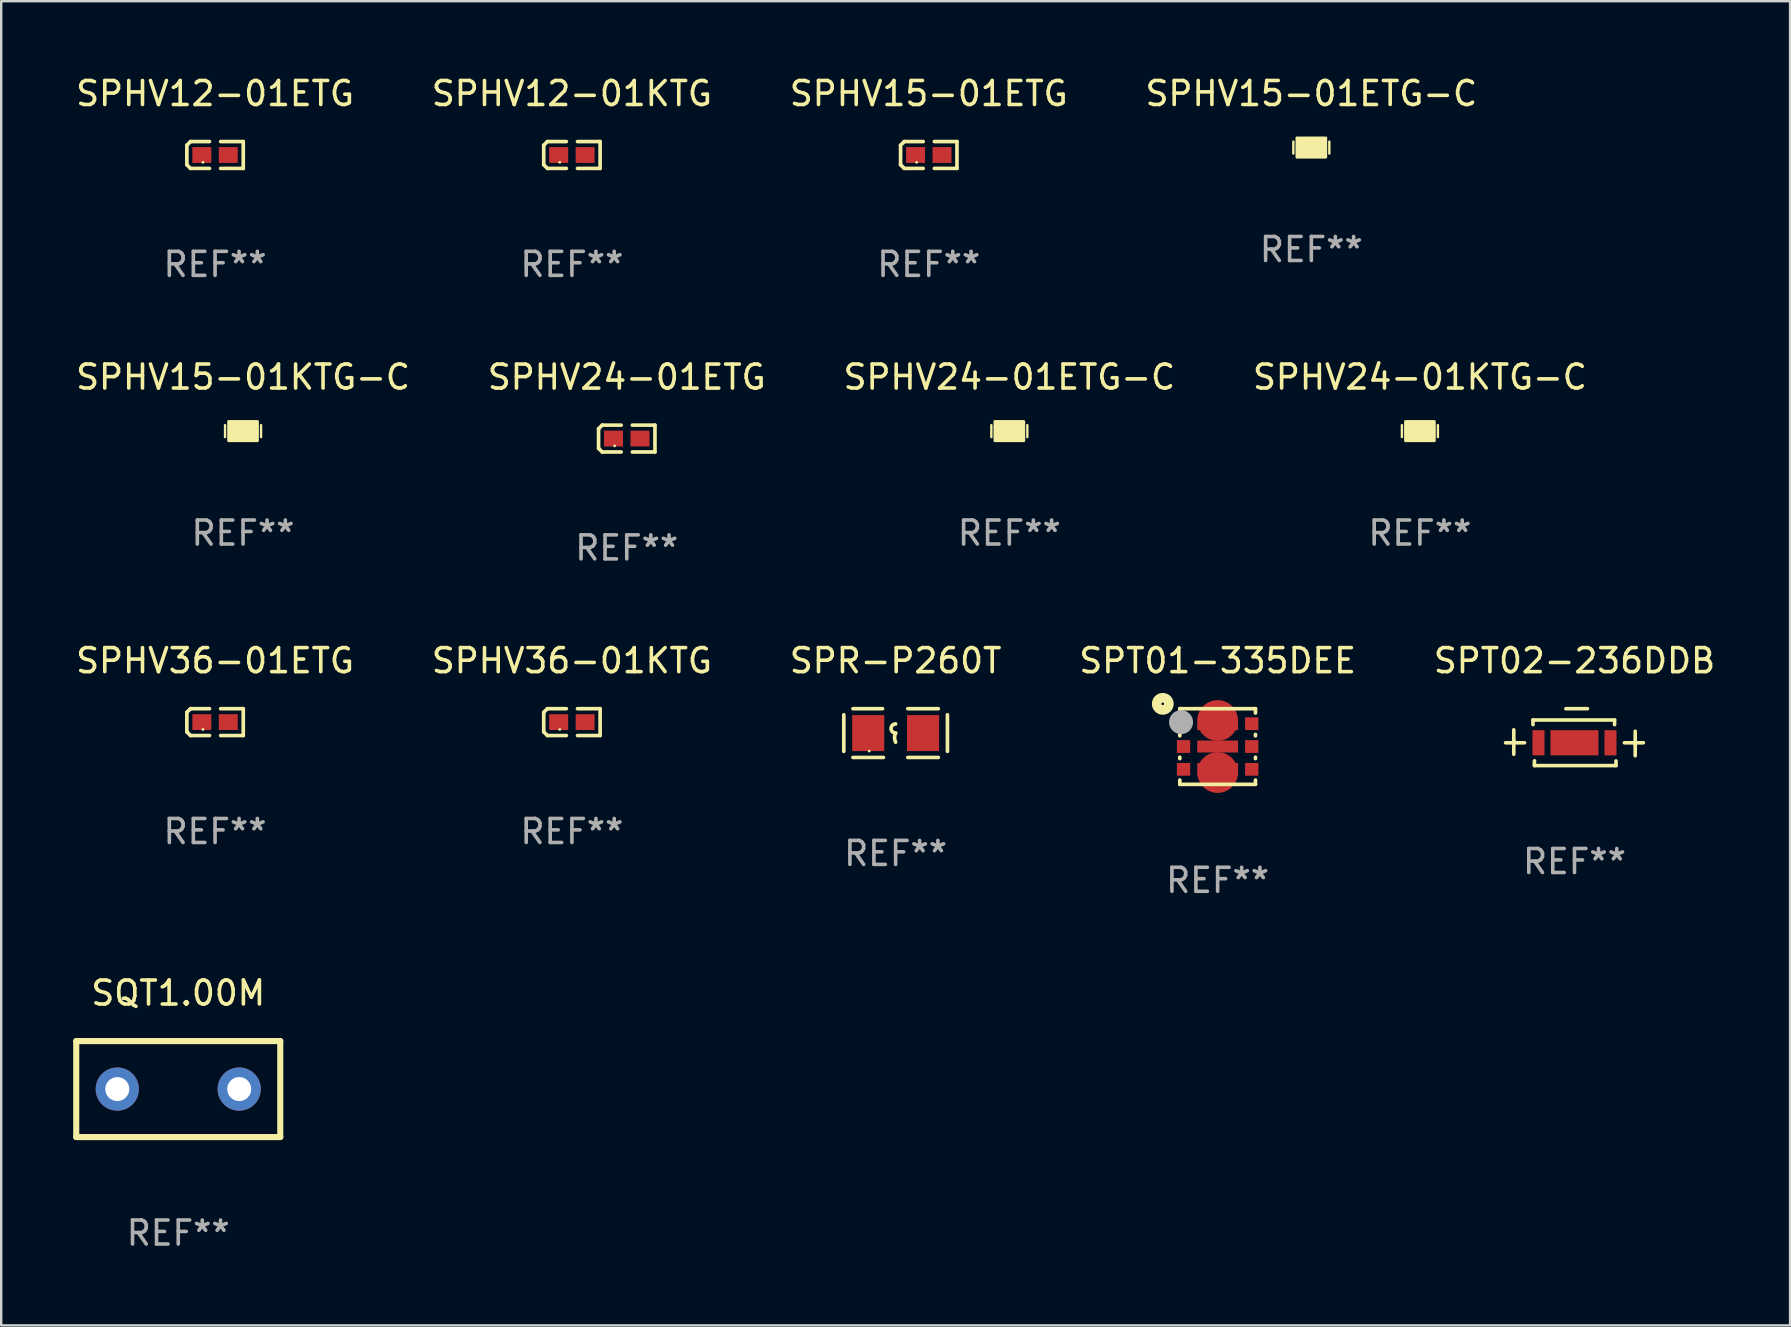
<source format=kicad_pcb>
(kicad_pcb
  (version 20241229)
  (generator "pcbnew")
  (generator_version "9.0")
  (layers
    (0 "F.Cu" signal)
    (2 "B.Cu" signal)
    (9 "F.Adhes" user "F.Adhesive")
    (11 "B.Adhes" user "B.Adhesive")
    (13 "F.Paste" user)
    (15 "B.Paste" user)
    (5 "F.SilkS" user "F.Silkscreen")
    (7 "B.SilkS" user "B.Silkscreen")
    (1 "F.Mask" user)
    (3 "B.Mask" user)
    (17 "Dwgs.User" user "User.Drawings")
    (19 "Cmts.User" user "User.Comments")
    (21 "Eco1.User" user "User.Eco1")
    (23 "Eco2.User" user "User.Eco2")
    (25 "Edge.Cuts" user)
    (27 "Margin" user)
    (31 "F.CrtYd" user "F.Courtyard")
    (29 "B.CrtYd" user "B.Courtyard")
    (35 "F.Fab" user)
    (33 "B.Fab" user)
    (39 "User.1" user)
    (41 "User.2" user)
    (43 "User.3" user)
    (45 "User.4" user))
  (footprint "SPHV12-01KTG"
    (layer "F.Cu")
    (at 20.78 3.408)
    (property "Reference" "SPHV12-01KTG" (at 0 -2.559 0) (layer "F.SilkS") (effects (font (size 1 1) (thickness 0.15))))
    (attr through_hole)
    (fp_line (start -1.175 -0.407) (end -1.023 -0.559) (stroke (width 0.152) (type solid)) (layer "F.SilkS"))
    (fp_line (start -1.175 0.407) (end -1.175 -0.407) (stroke (width 0.152) (type solid)) (layer "F.SilkS"))
    (fp_line (start -1.023 -0.559) (end -0.232 -0.559) (stroke (width 0.152) (type solid)) (layer "F.SilkS"))
    (fp_line (start -1.023 0.559) (end -1.175 0.407) (stroke (width 0.152) (type solid)) (layer "F.SilkS"))
    (fp_line (start -0.232 0.559) (end -1.023 0.559) (stroke (width 0.152) (type solid)) (layer "F.SilkS"))
    (fp_line (start 0.232 0.559) (end 1.175 0.559) (stroke (width 0.152) (type solid)) (layer "F.SilkS"))
    (fp_line (start 1.175 -0.559) (end 0.232 -0.559) (stroke (width 0.152) (type solid)) (layer "F.SilkS"))
    (fp_line (start 1.175 0.559) (end 1.175 -0.559) (stroke (width 0.152) (type solid)) (layer "F.SilkS"))
    (fp_circle (center -0.506 0.306) (end -0.476 0.306) (stroke (width 0.06) (type solid)) (fill no) (layer "F.SilkS"))
    (fp_text user "REF**" (at 0 4.559 0) (layer "F.Fab") (effects (font (size 1 1) (thickness 0.15))))
    (pad "1" smd rect (at -0.551 0) (size 0.79 0.661) (layers "F.Cu" "F.Mask" "F.Paste"))
    (pad "2" smd rect (at 0.551 0) (size 0.79 0.661) (layers "F.Cu" "F.Mask" "F.Paste")))
  (footprint "SPHV24-01ETG"
    (layer "F.Cu")
    (at 23.065 15.223)
    (property "Reference" "SPHV24-01ETG" (at 0 -2.559 0) (layer "F.SilkS") (effects (font (size 1 1) (thickness 0.15))))
    (attr through_hole)
    (fp_line (start -1.175 -0.407) (end -1.023 -0.559) (stroke (width 0.152) (type solid)) (layer "F.SilkS"))
    (fp_line (start -1.175 0.407) (end -1.175 -0.407) (stroke (width 0.152) (type solid)) (layer "F.SilkS"))
    (fp_line (start -1.023 -0.559) (end -0.232 -0.559) (stroke (width 0.152) (type solid)) (layer "F.SilkS"))
    (fp_line (start -1.023 0.559) (end -1.175 0.407) (stroke (width 0.152) (type solid)) (layer "F.SilkS"))
    (fp_line (start -0.232 0.559) (end -1.023 0.559) (stroke (width 0.152) (type solid)) (layer "F.SilkS"))
    (fp_line (start 0.232 0.559) (end 1.175 0.559) (stroke (width 0.152) (type solid)) (layer "F.SilkS"))
    (fp_line (start 1.175 -0.559) (end 0.232 -0.559) (stroke (width 0.152) (type solid)) (layer "F.SilkS"))
    (fp_line (start 1.175 0.559) (end 1.175 -0.559) (stroke (width 0.152) (type solid)) (layer "F.SilkS"))
    (fp_circle (center -0.506 0.306) (end -0.476 0.306) (stroke (width 0.06) (type solid)) (fill no) (layer "F.SilkS"))
    (fp_text user "REF**" (at 0 4.559 0) (layer "F.Fab") (effects (font (size 1 1) (thickness 0.15))))
    (pad "1" smd rect (at -0.551 0) (size 0.79 0.661) (layers "F.Cu" "F.Mask" "F.Paste"))
    (pad "2" smd rect (at 0.551 0) (size 0.79 0.661) (layers "F.Cu" "F.Mask" "F.Paste")))
  (footprint "SPR-P260T"
    (layer "F.Cu")
    (at 34.268 27.495)
    (property "Reference" "SPR-P260T" (at 0 -3.016 0) (layer "F.SilkS") (effects (font (size 1 1) (thickness 0.15))))
    (attr through_hole)
    (fp_line (start -2.159 -0.762) (end -2.159 0.762) (stroke (width 0.152) (type solid)) (layer "F.SilkS"))
    (fp_line (start -1.778 -1.016) (end -0.545 -1.016) (stroke (width 0.152) (type solid)) (layer "F.SilkS"))
    (fp_line (start -0.508 1.016) (end -1.778 1.016) (stroke (width 0.152) (type solid)) (layer "F.SilkS"))
    (fp_line (start 0.508 1.016) (end 1.778 1.016) (stroke (width 0.152) (type solid)) (layer "F.SilkS"))
    (fp_line (start 1.778 -1.016) (end 0.508 -1.016) (stroke (width 0.152) (type solid)) (layer "F.SilkS"))
    (fp_line (start 2.159 -0.762) (end 2.159 0.762) (stroke (width 0.152) (type solid)) (layer "F.SilkS"))
    (fp_arc (start 0 0) (mid -0.1905 -0.1905) (end 0 -0.381) (stroke (width 0.151994) (type solid)) (layer "F.SilkS"))
    (fp_arc (start 0 0.381001) (mid -0.044971 0.1905) (end 0 0) (stroke (width 0.151994) (type solid)) (layer "F.SilkS"))
    (fp_circle (center -1.1 0.75) (end -1.07 0.75) (stroke (width 0.06) (type solid)) (fill no) (layer "F.SilkS"))
    (fp_text user "REF**" (at 0 5.016 0) (layer "F.Fab") (effects (font (size 1 1) (thickness 0.15))))
    (pad "1" smd rect (at -1.142 0) (size 1.335 1.5) (layers "F.Cu" "F.Mask" "F.Paste"))
    (pad "2" smd rect (at 1.142 0) (size 1.335 1.5) (layers "F.Cu" "F.Mask" "F.Paste")))
  (footprint "SPHV36-01KTG"
    (layer "F.Cu")
    (at 20.78 27.038)
    (property "Reference" "SPHV36-01KTG" (at 0 -2.559 0) (layer "F.SilkS") (effects (font (size 1 1) (thickness 0.15))))
    (attr through_hole)
    (fp_line (start -1.175 -0.407) (end -1.023 -0.559) (stroke (width 0.152) (type solid)) (layer "F.SilkS"))
    (fp_line (start -1.175 0.407) (end -1.175 -0.407) (stroke (width 0.152) (type solid)) (layer "F.SilkS"))
    (fp_line (start -1.023 -0.559) (end -0.232 -0.559) (stroke (width 0.152) (type solid)) (layer "F.SilkS"))
    (fp_line (start -1.023 0.559) (end -1.175 0.407) (stroke (width 0.152) (type solid)) (layer "F.SilkS"))
    (fp_line (start -0.232 0.559) (end -1.023 0.559) (stroke (width 0.152) (type solid)) (layer "F.SilkS"))
    (fp_line (start 0.232 0.559) (end 1.175 0.559) (stroke (width 0.152) (type solid)) (layer "F.SilkS"))
    (fp_line (start 1.175 -0.559) (end 0.232 -0.559) (stroke (width 0.152) (type solid)) (layer "F.SilkS"))
    (fp_line (start 1.175 0.559) (end 1.175 -0.559) (stroke (width 0.152) (type solid)) (layer "F.SilkS"))
    (fp_circle (center -0.506 0.306) (end -0.476 0.306) (stroke (width 0.06) (type solid)) (fill no) (layer "F.SilkS"))
    (fp_text user "REF**" (at 0 4.559 0) (layer "F.Fab") (effects (font (size 1 1) (thickness 0.15))))
    (pad "1" smd rect (at -0.551 0) (size 0.79 0.661) (layers "F.Cu" "F.Mask" "F.Paste"))
    (pad "2" smd rect (at 0.551 0) (size 0.79 0.661) (layers "F.Cu" "F.Mask" "F.Paste")))
  (footprint "SPHV24-01ETG-C"
    (layer "F.Cu")
    (at 39.006 14.913)
    (property "Reference" "SPHV24-01ETG-C" (at 0 -2.25 0) (layer "F.SilkS") (effects (font (size 1 1) (thickness 0.15))))
    (attr through_hole)
    (fp_line (start -0.75 0.25) (end -0.75 -0.25) (stroke (width 0.1) (type solid)) (layer "F.SilkS"))
    (fp_line (start 0.75 -0.25) (end 0.75 0.25) (stroke (width 0.1) (type solid)) (layer "F.SilkS"))
    (fp_circle (center -0.5 0.3) (end -0.47 0.3) (stroke (width 0.06) (type solid)) (fill no) (layer "F.SilkS"))
    (fp_poly (pts (xy -0.6 -0.4) (xy 0.6 -0.4) (xy 0.6 0.4) (xy -0.6 0.4)) (stroke (width 0.12) (type solid)) (fill yes) (layer "F.SilkS"))
    (fp_text user "REF**" (at 0 4.25 0) (layer "F.Fab") (effects (font (size 1 1) (thickness 0.15))))
    (pad "1" smd rect (at -0.325 -0.000013) (size 0.3 0.6) (layers "F.Cu" "F.Mask" "F.Paste"))
    (pad "2" smd rect (at 0.325 -0.000013) (size 0.3 0.6) (layers "F.Cu" "F.Mask" "F.Paste")))
  (footprint "SPHV12-01ETG"
    (layer "F.Cu")
    (at 5.911 3.408)
    (property "Reference" "SPHV12-01ETG" (at 0 -2.559 0) (layer "F.SilkS") (effects (font (size 1 1) (thickness 0.15))))
    (attr through_hole)
    (fp_line (start -1.175 -0.407) (end -1.023 -0.559) (stroke (width 0.152) (type solid)) (layer "F.SilkS"))
    (fp_line (start -1.175 0.407) (end -1.175 -0.407) (stroke (width 0.152) (type solid)) (layer "F.SilkS"))
    (fp_line (start -1.023 -0.559) (end -0.232 -0.559) (stroke (width 0.152) (type solid)) (layer "F.SilkS"))
    (fp_line (start -1.023 0.559) (end -1.175 0.407) (stroke (width 0.152) (type solid)) (layer "F.SilkS"))
    (fp_line (start -0.232 0.559) (end -1.023 0.559) (stroke (width 0.152) (type solid)) (layer "F.SilkS"))
    (fp_line (start 0.232 0.559) (end 1.175 0.559) (stroke (width 0.152) (type solid)) (layer "F.SilkS"))
    (fp_line (start 1.175 -0.559) (end 0.232 -0.559) (stroke (width 0.152) (type solid)) (layer "F.SilkS"))
    (fp_line (start 1.175 0.559) (end 1.175 -0.559) (stroke (width 0.152) (type solid)) (layer "F.SilkS"))
    (fp_circle (center -0.506 0.306) (end -0.476 0.306) (stroke (width 0.06) (type solid)) (fill no) (layer "F.SilkS"))
    (fp_text user "REF**" (at 0 4.559 0) (layer "F.Fab") (effects (font (size 1 1) (thickness 0.15))))
    (pad "1" smd rect (at -0.551 0) (size 0.79 0.661) (layers "F.Cu" "F.Mask" "F.Paste"))
    (pad "2" smd rect (at 0.551 0) (size 0.79 0.661) (layers "F.Cu" "F.Mask" "F.Paste")))
  (footprint "SPHV36-01ETG"
    (layer "F.Cu")
    (at 5.911 27.038)
    (property "Reference" "SPHV36-01ETG" (at 0 -2.559 0) (layer "F.SilkS") (effects (font (size 1 1) (thickness 0.15))))
    (attr through_hole)
    (fp_line (start -1.175 -0.407) (end -1.023 -0.559) (stroke (width 0.152) (type solid)) (layer "F.SilkS"))
    (fp_line (start -1.175 0.407) (end -1.175 -0.407) (stroke (width 0.152) (type solid)) (layer "F.SilkS"))
    (fp_line (start -1.023 -0.559) (end -0.232 -0.559) (stroke (width 0.152) (type solid)) (layer "F.SilkS"))
    (fp_line (start -1.023 0.559) (end -1.175 0.407) (stroke (width 0.152) (type solid)) (layer "F.SilkS"))
    (fp_line (start -0.232 0.559) (end -1.023 0.559) (stroke (width 0.152) (type solid)) (layer "F.SilkS"))
    (fp_line (start 0.232 0.559) (end 1.175 0.559) (stroke (width 0.152) (type solid)) (layer "F.SilkS"))
    (fp_line (start 1.175 -0.559) (end 0.232 -0.559) (stroke (width 0.152) (type solid)) (layer "F.SilkS"))
    (fp_line (start 1.175 0.559) (end 1.175 -0.559) (stroke (width 0.152) (type solid)) (layer "F.SilkS"))
    (fp_circle (center -0.506 0.306) (end -0.476 0.306) (stroke (width 0.06) (type solid)) (fill no) (layer "F.SilkS"))
    (fp_text user "REF**" (at 0 4.559 0) (layer "F.Fab") (effects (font (size 1 1) (thickness 0.15))))
    (pad "1" smd rect (at -0.551 0) (size 0.79 0.661) (layers "F.Cu" "F.Mask" "F.Paste"))
    (pad "2" smd rect (at 0.551 0) (size 0.79 0.661) (layers "F.Cu" "F.Mask" "F.Paste")))
  (footprint "SPHV15-01KTG-C"
    (layer "F.Cu")
    (at 7.077 14.913)
    (property "Reference" "SPHV15-01KTG-C" (at 0 -2.25 0) (layer "F.SilkS") (effects (font (size 1 1) (thickness 0.15))))
    (attr through_hole)
    (fp_line (start -0.75 0.25) (end -0.75 -0.25) (stroke (width 0.1) (type solid)) (layer "F.SilkS"))
    (fp_line (start 0.75 -0.25) (end 0.75 0.25) (stroke (width 0.1) (type solid)) (layer "F.SilkS"))
    (fp_circle (center -0.5 0.3) (end -0.47 0.3) (stroke (width 0.06) (type solid)) (fill no) (layer "F.SilkS"))
    (fp_poly (pts (xy -0.6 -0.4) (xy 0.6 -0.4) (xy 0.6 0.4) (xy -0.6 0.4)) (stroke (width 0.12) (type solid)) (fill yes) (layer "F.SilkS"))
    (fp_text user "REF**" (at 0 4.25 0) (layer "F.Fab") (effects (font (size 1 1) (thickness 0.15))))
    (pad "1" smd rect (at -0.325 -0.000013) (size 0.3 0.6) (layers "F.Cu" "F.Mask" "F.Paste"))
    (pad "2" smd rect (at 0.325 -0.000013) (size 0.3 0.6) (layers "F.Cu" "F.Mask" "F.Paste")))
  (footprint "SPHV24-01KTG-C"
    (layer "F.Cu")
    (at 56.113 14.913)
    (property "Reference" "SPHV24-01KTG-C" (at 0 -2.25 0) (layer "F.SilkS") (effects (font (size 1 1) (thickness 0.15))))
    (attr through_hole)
    (fp_line (start -0.75 0.25) (end -0.75 -0.25) (stroke (width 0.1) (type solid)) (layer "F.SilkS"))
    (fp_line (start 0.75 -0.25) (end 0.75 0.25) (stroke (width 0.1) (type solid)) (layer "F.SilkS"))
    (fp_circle (center -0.5 0.3) (end -0.47 0.3) (stroke (width 0.06) (type solid)) (fill no) (layer "F.SilkS"))
    (fp_poly (pts (xy -0.6 -0.4) (xy 0.6 -0.4) (xy 0.6 0.4) (xy -0.6 0.4)) (stroke (width 0.12) (type solid)) (fill yes) (layer "F.SilkS"))
    (fp_text user "REF**" (at 0 4.25 0) (layer "F.Fab") (effects (font (size 1 1) (thickness 0.15))))
    (pad "1" smd rect (at -0.325 -0.000013) (size 0.3 0.6) (layers "F.Cu" "F.Mask" "F.Paste"))
    (pad "2" smd rect (at 0.325 -0.000013) (size 0.3 0.6) (layers "F.Cu" "F.Mask" "F.Paste")))
  (footprint "SQT1.00M"
    (layer "F.Cu")
    (at 4.377 42.328)
    (property "Reference" "SQT1.00M" (at 0 -4 0) (layer "F.SilkS") (effects (font (size 1 1) (thickness 0.15))))
    (attr through_hole)
    (fp_line (start -4.25 2) (end -4.25 -2) (stroke (width 0.254) (type solid)) (layer "F.SilkS"))
    (fp_line (start -4.25 -2) (end 4.25 -2) (stroke (width 0.254) (type solid)) (layer "F.SilkS"))
    (fp_line (start 4.25 2) (end -4.25 2) (stroke (width 0.254) (type solid)) (layer "F.SilkS"))
    (fp_line (start 4.25 -2) (end 4.25 2) (stroke (width 0.254) (type solid)) (layer "F.SilkS"))
    (fp_circle (center -4.25 2) (end -4.22 2) (stroke (width 0.06) (type solid)) (fill no) (layer "F.SilkS"))
    (fp_text user "REF**" (at 0 6 0) (layer "F.Fab") (effects (font (size 1 1) (thickness 0.15))))
    (pad "1" thru_hole circle (at -2.54 0) (size 1.8 1.8) (drill 1) (layers "*.Cu" "*.Mask"))
    (pad "2" thru_hole circle (at 2.54 0) (size 1.8 1.8) (drill 1) (layers "*.Cu" "*.Mask")))
  (footprint "SPHV15-01ETG-C"
    (layer "F.Cu")
    (at 51.589 3.098)
    (property "Reference" "SPHV15-01ETG-C" (at 0 -2.25 0) (layer "F.SilkS") (effects (font (size 1 1) (thickness 0.15))))
    (attr through_hole)
    (fp_line (start -0.75 0.25) (end -0.75 -0.25) (stroke (width 0.1) (type solid)) (layer "F.SilkS"))
    (fp_line (start 0.75 -0.25) (end 0.75 0.25) (stroke (width 0.1) (type solid)) (layer "F.SilkS"))
    (fp_circle (center -0.5 0.3) (end -0.47 0.3) (stroke (width 0.06) (type solid)) (fill no) (layer "F.SilkS"))
    (fp_poly (pts (xy -0.6 -0.4) (xy 0.6 -0.4) (xy 0.6 0.4) (xy -0.6 0.4)) (stroke (width 0.12) (type solid)) (fill yes) (layer "F.SilkS"))
    (fp_text user "REF**" (at 0 4.25 0) (layer "F.Fab") (effects (font (size 1 1) (thickness 0.15))))
    (pad "1" smd rect (at -0.325 -0.000013) (size 0.3 0.6) (layers "F.Cu" "F.Mask" "F.Paste"))
    (pad "2" smd rect (at 0.325 -0.000013) (size 0.3 0.6) (layers "F.Cu" "F.Mask" "F.Paste")))
  (footprint "SPT02-236DDB"
    (layer "F.Cu")
    (at 62.554 27.664)
    (property "Reference" "SPT02-236DDB" (at 0 -3.185 0) (layer "F.SilkS") (effects (font (size 1 1) (thickness 0.15))))
    (attr through_hole)
    (fp_line (start -2.53 0.135) (end -2.53 -0.305) (stroke (width 0.15) (type solid)) (layer "F.SilkS"))
    (fp_line (start -2.53 0.715) (end -2.53 0.135) (stroke (width 0.15) (type solid)) (layer "F.SilkS"))
    (fp_line (start -2.08 0.235) (end -2.87 0.235) (stroke (width 0.15) (type solid)) (layer "F.SilkS"))
    (fp_line (start -1.73 -0.715) (end 1.67 -0.715) (stroke (width 0.15) (type solid)) (layer "F.SilkS"))
    (fp_line (start -1.73 -0.521) (end -1.73 -0.715) (stroke (width 0.15) (type solid)) (layer "F.SilkS"))
    (fp_line (start -1.67 1.185) (end -1.67 0.991) (stroke (width 0.15) (type solid)) (layer "F.SilkS"))
    (fp_line (start -0.36 -1.185) (end 0.54 -1.185) (stroke (width 0.15) (type solid)) (layer "F.SilkS"))
    (fp_line (start 1.67 -0.715) (end 1.67 -0.521) (stroke (width 0.15) (type solid)) (layer "F.SilkS"))
    (fp_line (start 1.73 0.991) (end 1.73 1.185) (stroke (width 0.15) (type solid)) (layer "F.SilkS"))
    (fp_line (start 1.73 1.185) (end -1.67 1.185) (stroke (width 0.15) (type solid)) (layer "F.SilkS"))
    (fp_line (start 2.08 0.235) (end 2.87 0.235) (stroke (width 0.15) (type solid)) (layer "F.SilkS"))
    (fp_line (start 2.53 -0.245) (end 2.53 0.335) (stroke (width 0.15) (type solid)) (layer "F.SilkS"))
    (fp_line (start 2.53 0.335) (end 2.53 0.775) (stroke (width 0.15) (type solid)) (layer "F.SilkS"))
    (fp_circle (center -1.65 0.985) (end -1.62 0.985) (stroke (width 0.06) (type solid)) (fill no) (layer "F.SilkS"))
    (fp_text user "REF**" (at 0 5.185 0) (layer "F.Fab") (effects (font (size 1 1) (thickness 0.15))))
    (pad "1" smd rect (at -1.5 0.235) (size 0.5 1.05) (layers "F.Cu" "F.Mask" "F.Paste"))
    (pad "2" smd rect (at 1.5 0.235 180) (size 0.5 1.05) (layers "F.Cu" "F.Mask" "F.Paste"))
    (pad "K" smd rect (at 0 0.235) (size 2 1.05) (layers "F.Cu" "F.Mask" "F.Paste")))
  (footprint "SPHV15-01ETG"
    (layer "F.Cu")
    (at 35.649 3.408)
    (property "Reference" "SPHV15-01ETG" (at 0 -2.559 0) (layer "F.SilkS") (effects (font (size 1 1) (thickness 0.15))))
    (attr through_hole)
    (fp_line (start -1.175 -0.407) (end -1.023 -0.559) (stroke (width 0.152) (type solid)) (layer "F.SilkS"))
    (fp_line (start -1.175 0.407) (end -1.175 -0.407) (stroke (width 0.152) (type solid)) (layer "F.SilkS"))
    (fp_line (start -1.023 -0.559) (end -0.232 -0.559) (stroke (width 0.152) (type solid)) (layer "F.SilkS"))
    (fp_line (start -1.023 0.559) (end -1.175 0.407) (stroke (width 0.152) (type solid)) (layer "F.SilkS"))
    (fp_line (start -0.232 0.559) (end -1.023 0.559) (stroke (width 0.152) (type solid)) (layer "F.SilkS"))
    (fp_line (start 0.232 0.559) (end 1.175 0.559) (stroke (width 0.152) (type solid)) (layer "F.SilkS"))
    (fp_line (start 1.175 -0.559) (end 0.232 -0.559) (stroke (width 0.152) (type solid)) (layer "F.SilkS"))
    (fp_line (start 1.175 0.559) (end 1.175 -0.559) (stroke (width 0.152) (type solid)) (layer "F.SilkS"))
    (fp_circle (center -0.506 0.306) (end -0.476 0.306) (stroke (width 0.06) (type solid)) (fill no) (layer "F.SilkS"))
    (fp_text user "REF**" (at 0 4.559 0) (layer "F.Fab") (effects (font (size 1 1) (thickness 0.15))))
    (pad "1" smd rect (at -0.551 0) (size 0.79 0.661) (layers "F.Cu" "F.Mask" "F.Paste"))
    (pad "2" smd rect (at 0.551 0) (size 0.79 0.661) (layers "F.Cu" "F.Mask" "F.Paste")))
  (footprint "SPT01-335DEE"
    (layer "F.Cu")
    (at 47.685 28.055)
    (property "Reference" "SPT01-335DEE" (at 0 -3.576 0) (layer "F.SilkS") (effects (font (size 1 1) (thickness 0.15))))
    (attr through_hole)
    (fp_line (start -1.576 -1.576) (end -1.576 -1.396) (stroke (width 0.152) (type solid)) (layer "F.SilkS"))
    (fp_line (start -1.576 -1.576) (end 1.576 -1.576) (stroke (width 0.152) (type solid)) (layer "F.SilkS"))
    (fp_line (start -1.576 -0.504) (end -1.576 -0.446) (stroke (width 0.152) (type solid)) (layer "F.SilkS"))
    (fp_line (start -1.576 0.446) (end -1.576 0.504) (stroke (width 0.152) (type solid)) (layer "F.SilkS"))
    (fp_line (start -1.576 1.396) (end -1.576 1.576) (stroke (width 0.152) (type solid)) (layer "F.SilkS"))
    (fp_line (start -1.576 1.576) (end 1.576 1.576) (stroke (width 0.152) (type solid)) (layer "F.SilkS"))
    (fp_line (start 1.576 -1.396) (end 1.576 -1.576) (stroke (width 0.152) (type solid)) (layer "F.SilkS"))
    (fp_line (start 1.576 -0.446) (end 1.576 -0.504) (stroke (width 0.152) (type solid)) (layer "F.SilkS"))
    (fp_line (start 1.576 0.504) (end 1.576 0.446) (stroke (width 0.152) (type solid)) (layer "F.SilkS"))
    (fp_line (start 1.576 1.576) (end 1.576 1.396) (stroke (width 0.152) (type solid)) (layer "F.SilkS"))
    (fp_circle (center -2.286 -1.778) (end -2.032 -1.778) (stroke (width 0.4) (type solid)) (fill no) (layer "F.SilkS"))
    (fp_circle (center -1.5 -1.5) (end -1.47 -1.5) (stroke (width 0.06) (type solid)) (fill no) (layer "F.SilkS"))
    (fp_circle (center -1.524 -1.016) (end -1.274 -1.016) (stroke (width 0.5) (type solid)) (fill no) (layer "F.Fab"))
    (fp_text user "REF**" (at 0 5.576 0) (layer "F.Fab") (effects (font (size 1 1) (thickness 0.15))))
    (pad "1" smd rect (at -1.421 -0.95) (size 0.553 0.532) (layers "F.Cu" "F.Mask" "F.Paste"))
    (pad "2" smd rect (at -1.421 0) (size 0.553 0.532) (layers "F.Cu" "F.Mask" "F.Paste"))
    (pad "3" smd rect (at -1.421 0.95) (size 0.553 0.532) (layers "F.Cu" "F.Mask" "F.Paste"))
    (pad "4" smd rect (at 1.421 0.95) (size 0.553 0.532) (layers "F.Cu" "F.Mask" "F.Paste"))
    (pad "5" smd rect (at 1.421 0) (size 0.553 0.532) (layers "F.Cu" "F.Mask" "F.Paste"))
    (pad "6" smd rect (at 1.421 -0.95) (size 0.553 0.532) (layers "F.Cu" "F.Mask" "F.Paste"))
    (pad "7" smd custom (at -0.000229 -1.084) (size 1.701 0.8) (layers "F.Cu" "F.Mask" "F.Paste") (options (anchor circle)) (primitives (gr_poly (pts (xy -0.851 -0.1) (xy -0.1 -0.1) (xy -0.1 -0.4) (xy 0.000229 -0.4) (xy 0.1 -0.4) (xy 0.1 -0.1) (xy 0.85 -0.1) (xy 0.85 -0.1) (xy 0.85 0.4) (xy 0.851 0.4) (xy -0.85 0.4) (xy -0.85 0.4)) (width 0) (fill yes))))
    (pad "8" smd rect (at 0 0) (size 1.7 0.5) (layers "F.Cu" "F.Mask" "F.Paste"))
    (pad "9" smd custom (at 0.000229 1.084) (size 1.701 0.8) (layers "F.Cu" "F.Mask" "F.Paste") (options (anchor circle)) (primitives (gr_poly (pts (xy 0.851 0.1) (xy 0.1 0.1) (xy 0.1 0.4) (xy -0.000229 0.4) (xy -0.1 0.4) (xy -0.1 0.1) (xy -0.85 0.1) (xy -0.85 0.1) (xy -0.85 -0.4) (xy -0.851 -0.4) (xy 0.85 -0.4) (xy 0.85 -0.4)) (width 0) (fill yes)))))
  (gr_rect
    (start -3 -3)
    (end 71.536 52.176)
    (stroke (width 0.1) (type default))
    (fill no)
    (layer "Edge.Cuts")))
</source>
